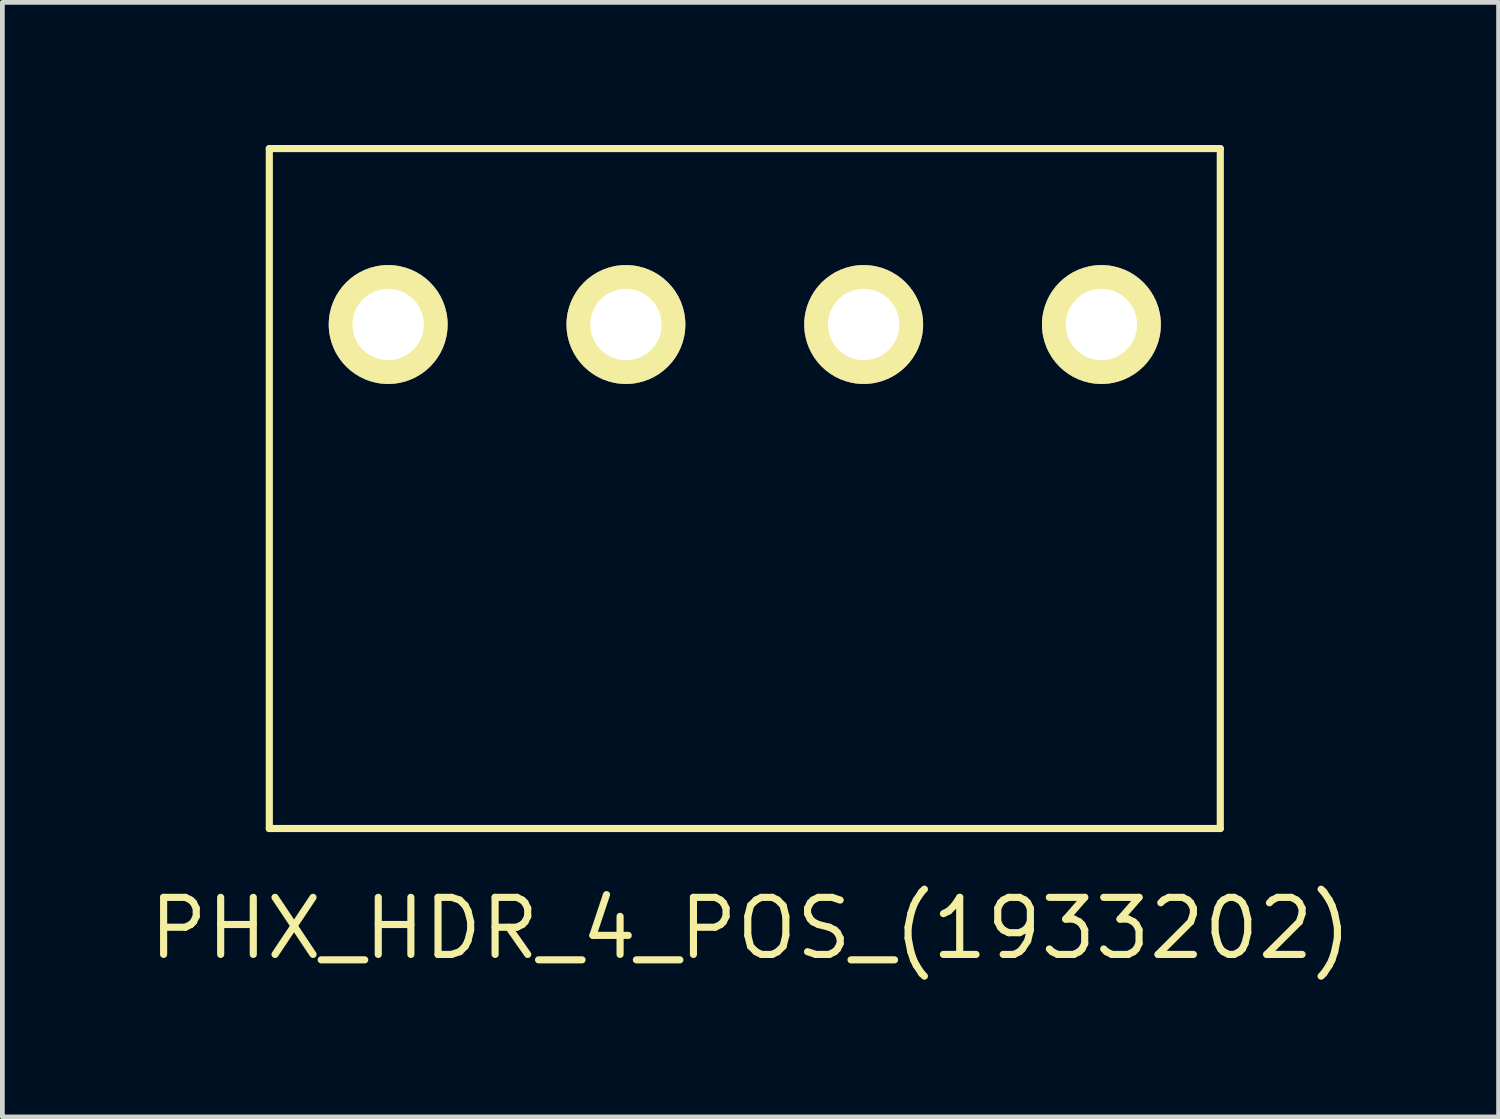
<source format=kicad_pcb>
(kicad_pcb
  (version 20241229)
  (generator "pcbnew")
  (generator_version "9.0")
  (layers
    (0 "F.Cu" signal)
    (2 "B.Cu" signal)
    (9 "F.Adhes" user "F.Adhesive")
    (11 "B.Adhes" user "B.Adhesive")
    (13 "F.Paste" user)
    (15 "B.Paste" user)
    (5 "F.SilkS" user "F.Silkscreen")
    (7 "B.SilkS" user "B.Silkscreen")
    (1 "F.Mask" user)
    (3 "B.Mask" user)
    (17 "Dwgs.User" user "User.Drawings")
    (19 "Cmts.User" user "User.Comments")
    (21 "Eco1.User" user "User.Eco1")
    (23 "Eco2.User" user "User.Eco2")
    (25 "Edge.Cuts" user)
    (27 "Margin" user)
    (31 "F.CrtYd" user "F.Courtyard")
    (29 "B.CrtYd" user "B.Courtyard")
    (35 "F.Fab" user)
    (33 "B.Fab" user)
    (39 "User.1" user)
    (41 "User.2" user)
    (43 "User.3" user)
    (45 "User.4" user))
  (footprint "PHX_HDR_4_POS_(1933202)"
    (layer "F.Cu")
    (at 5.114 3.775)
    (property "Reference" "PHX_HDR_4_POS_(1933202)" (at 7.62 12.7 0) (layer "F.SilkS") (effects (font (size 1.2 1.2) (thickness 0.15))))
    (attr through_hole)
    (fp_line (start -2.5 -3.7) (end -2.5 10.6) (stroke (width 0.15) (type solid)) (layer "F.SilkS"))
    (fp_line (start -2.5 -3.7) (end 17.5 -3.7) (stroke (width 0.15) (type solid)) (layer "F.SilkS"))
    (fp_line (start 17.5 -3.7) (end 17.5 10.6) (stroke (width 0.15) (type solid)) (layer "F.SilkS"))
    (fp_line (start 17.5 10.6) (end -2.5 10.6) (stroke (width 0.15) (type solid)) (layer "F.SilkS"))
    (pad "1" thru_hole circle (at 0 0) (size 2.5 2.5) (drill 1.5) (layers "*.Cu" "*.Mask" "F.SilkS"))
    (pad "2" thru_hole circle (at 5 0) (size 2.5 2.5) (drill 1.5) (layers "*.Cu" "*.Mask" "F.SilkS"))
    (pad "3" thru_hole circle (at 10 0) (size 2.5 2.5) (drill 1.5) (layers "*.Cu" "*.Mask" "F.SilkS"))
    (pad "4" thru_hole circle (at 15 0) (size 2.5 2.5) (drill 1.5) (layers "*.Cu" "*.Mask" "F.SilkS")))
  (gr_rect
    (start -3 -3)
    (end 28.467 20.44)
    (stroke (width 0.1) (type default))
    (fill no)
    (layer "Edge.Cuts")))
</source>
